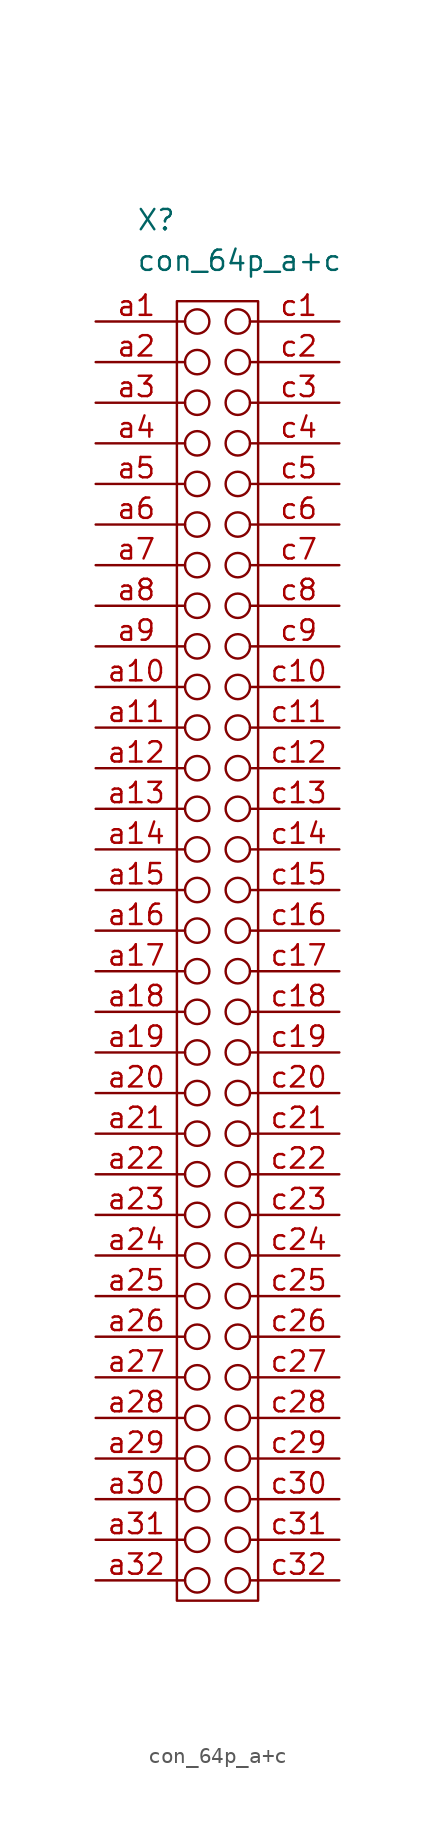
<source format=kicad_sym>
(kicad_symbol_lib
  (version 20241209)
  (generator "kicad_symbol_editor")
  (generator_version "9.0")
  (symbol "con_64p_a+c"
    (property "Reference" "X"
      (at 2.54 6.35 0)
      (effects (font (size 1.27 1.27)) (justify left)))
    (property "Value" "con_64p_a+c"
      (at 2.54 3.81 0)
      (effects (font (size 1.27 1.27)) (justify left)))
    (symbol "con_64p_a+c_0_0"
      (rectangle (start 5.08 1.27) (end 10.16 -80.01) (stroke (width 0) (type default)) (fill (type none)))
      (polyline (pts (xy 5.08 0) (xy 5.588 0)) (stroke (width 0) (type default)) (fill (type none)))
      (polyline (pts (xy 5.08 -2.54) (xy 5.588 -2.54)) (stroke (width 0) (type default)) (fill (type none)))
      (polyline (pts (xy 5.08 -5.08) (xy 5.588 -5.08)) (stroke (width 0) (type default)) (fill (type none)))
      (polyline (pts (xy 5.08 -7.62) (xy 5.588 -7.62)) (stroke (width 0) (type default)) (fill (type none)))
      (polyline (pts (xy 5.08 -10.16) (xy 5.588 -10.16)) (stroke (width 0) (type default)) (fill (type none)))
      (polyline (pts (xy 5.08 -12.7) (xy 5.588 -12.7)) (stroke (width 0) (type default)) (fill (type none)))
      (polyline (pts (xy 5.08 -15.24) (xy 5.588 -15.24)) (stroke (width 0) (type default)) (fill (type none)))
      (polyline (pts (xy 5.08 -17.78) (xy 5.588 -17.78)) (stroke (width 0) (type default)) (fill (type none)))
      (polyline (pts (xy 5.08 -20.32) (xy 5.588 -20.32)) (stroke (width 0) (type default)) (fill (type none)))
      (polyline (pts (xy 5.08 -22.86) (xy 5.588 -22.86)) (stroke (width 0) (type default)) (fill (type none)))
      (polyline (pts (xy 5.08 -25.4) (xy 5.588 -25.4)) (stroke (width 0) (type default)) (fill (type none)))
      (polyline (pts (xy 5.08 -27.94) (xy 5.588 -27.94)) (stroke (width 0) (type default)) (fill (type none)))
      (polyline (pts (xy 5.08 -30.48) (xy 5.588 -30.48)) (stroke (width 0) (type default)) (fill (type none)))
      (polyline (pts (xy 5.08 -33.02) (xy 5.588 -33.02)) (stroke (width 0) (type default)) (fill (type none)))
      (polyline (pts (xy 5.08 -35.56) (xy 5.588 -35.56)) (stroke (width 0) (type default)) (fill (type none)))
      (polyline (pts (xy 5.08 -38.1) (xy 5.588 -38.1)) (stroke (width 0) (type default)) (fill (type none)))
      (polyline (pts (xy 5.08 -40.64) (xy 5.588 -40.64)) (stroke (width 0) (type default)) (fill (type none)))
      (polyline (pts (xy 5.08 -43.18) (xy 5.588 -43.18)) (stroke (width 0) (type default)) (fill (type none)))
      (polyline (pts (xy 5.08 -45.72) (xy 5.588 -45.72)) (stroke (width 0) (type default)) (fill (type none)))
      (polyline (pts (xy 5.08 -48.26) (xy 5.588 -48.26)) (stroke (width 0) (type default)) (fill (type none)))
      (polyline (pts (xy 5.08 -50.8) (xy 5.588 -50.8)) (stroke (width 0) (type default)) (fill (type none)))
      (polyline (pts (xy 5.08 -53.34) (xy 5.588 -53.34)) (stroke (width 0) (type default)) (fill (type none)))
      (polyline (pts (xy 5.08 -55.88) (xy 5.588 -55.88)) (stroke (width 0) (type default)) (fill (type none)))
      (polyline (pts (xy 5.08 -58.42) (xy 5.588 -58.42)) (stroke (width 0) (type default)) (fill (type none)))
      (polyline (pts (xy 5.08 -60.96) (xy 5.588 -60.96)) (stroke (width 0) (type default)) (fill (type none)))
      (polyline (pts (xy 5.08 -63.5) (xy 5.588 -63.5)) (stroke (width 0) (type default)) (fill (type none)))
      (polyline (pts (xy 5.08 -66.04) (xy 5.588 -66.04)) (stroke (width 0) (type default)) (fill (type none)))
      (polyline (pts (xy 5.08 -68.58) (xy 5.588 -68.58)) (stroke (width 0) (type default)) (fill (type none)))
      (polyline (pts (xy 5.08 -71.12) (xy 5.588 -71.12)) (stroke (width 0) (type default)) (fill (type none)))
      (polyline (pts (xy 5.08 -73.66) (xy 5.588 -73.66)) (stroke (width 0) (type default)) (fill (type none)))
      (polyline (pts (xy 5.08 -76.2) (xy 5.588 -76.2)) (stroke (width 0) (type default)) (fill (type none)))
      (polyline (pts (xy 5.08 -78.74) (xy 5.588 -78.74)) (stroke (width 0) (type default)) (fill (type none)))
      (circle (center 6.35 0) (radius 0.762) (stroke (width 0) (type default)) (fill (type none)))
      (circle (center 6.35 -2.54) (radius 0.762) (stroke (width 0) (type default)) (fill (type none)))
      (circle (center 6.35 -5.08) (radius 0.762) (stroke (width 0) (type default)) (fill (type none)))
      (circle (center 6.35 -7.62) (radius 0.762) (stroke (width 0) (type default)) (fill (type none)))
      (circle (center 6.35 -10.16) (radius 0.762) (stroke (width 0) (type default)) (fill (type none)))
      (circle (center 6.35 -12.7) (radius 0.762) (stroke (width 0) (type default)) (fill (type none)))
      (circle (center 6.35 -15.24) (radius 0.762) (stroke (width 0) (type default)) (fill (type none)))
      (circle (center 6.35 -17.78) (radius 0.762) (stroke (width 0) (type default)) (fill (type none)))
      (circle (center 6.35 -20.32) (radius 0.762) (stroke (width 0) (type default)) (fill (type none)))
      (circle (center 6.35 -22.86) (radius 0.762) (stroke (width 0) (type default)) (fill (type none)))
      (circle (center 6.35 -25.4) (radius 0.762) (stroke (width 0) (type default)) (fill (type none)))
      (circle (center 6.35 -27.94) (radius 0.762) (stroke (width 0) (type default)) (fill (type none)))
      (circle (center 6.35 -30.48) (radius 0.762) (stroke (width 0) (type default)) (fill (type none)))
      (circle (center 6.35 -33.02) (radius 0.762) (stroke (width 0) (type default)) (fill (type none)))
      (circle (center 6.35 -35.56) (radius 0.762) (stroke (width 0) (type default)) (fill (type none)))
      (circle (center 6.35 -38.1) (radius 0.762) (stroke (width 0) (type default)) (fill (type none)))
      (circle (center 6.35 -40.64) (radius 0.762) (stroke (width 0) (type default)) (fill (type none)))
      (circle (center 6.35 -43.18) (radius 0.762) (stroke (width 0) (type default)) (fill (type none)))
      (circle (center 6.35 -45.72) (radius 0.762) (stroke (width 0) (type default)) (fill (type none)))
      (circle (center 6.35 -48.26) (radius 0.762) (stroke (width 0) (type default)) (fill (type none)))
      (circle (center 6.35 -50.8) (radius 0.762) (stroke (width 0) (type default)) (fill (type none)))
      (circle (center 6.35 -53.34) (radius 0.762) (stroke (width 0) (type default)) (fill (type none)))
      (circle (center 6.35 -55.88) (radius 0.762) (stroke (width 0) (type default)) (fill (type none)))
      (circle (center 6.35 -58.42) (radius 0.762) (stroke (width 0) (type default)) (fill (type none)))
      (circle (center 6.35 -60.96) (radius 0.762) (stroke (width 0) (type default)) (fill (type none)))
      (circle (center 6.35 -63.5) (radius 0.762) (stroke (width 0) (type default)) (fill (type none)))
      (circle (center 6.35 -66.04) (radius 0.762) (stroke (width 0) (type default)) (fill (type none)))
      (circle (center 6.35 -68.58) (radius 0.762) (stroke (width 0) (type default)) (fill (type none)))
      (circle (center 6.35 -71.12) (radius 0.762) (stroke (width 0) (type default)) (fill (type none)))
      (circle (center 6.35 -73.66) (radius 0.762) (stroke (width 0) (type default)) (fill (type none)))
      (circle (center 6.35 -76.2) (radius 0.762) (stroke (width 0) (type default)) (fill (type none)))
      (circle (center 6.35 -78.74) (radius 0.762) (stroke (width 0) (type default)) (fill (type none)))
      (circle (center 8.89 0) (radius 0.762) (stroke (width 0) (type default)) (fill (type none)))
      (circle (center 8.89 -2.54) (radius 0.762) (stroke (width 0) (type default)) (fill (type none)))
      (circle (center 8.89 -5.08) (radius 0.762) (stroke (width 0) (type default)) (fill (type none)))
      (circle (center 8.89 -7.62) (radius 0.762) (stroke (width 0) (type default)) (fill (type none)))
      (circle (center 8.89 -10.16) (radius 0.762) (stroke (width 0) (type default)) (fill (type none)))
      (circle (center 8.89 -12.7) (radius 0.762) (stroke (width 0) (type default)) (fill (type none)))
      (circle (center 8.89 -15.24) (radius 0.762) (stroke (width 0) (type default)) (fill (type none)))
      (circle (center 8.89 -17.78) (radius 0.762) (stroke (width 0) (type default)) (fill (type none)))
      (circle (center 8.89 -20.32) (radius 0.762) (stroke (width 0) (type default)) (fill (type none)))
      (circle (center 8.89 -22.86) (radius 0.762) (stroke (width 0) (type default)) (fill (type none)))
      (circle (center 8.89 -25.4) (radius 0.762) (stroke (width 0) (type default)) (fill (type none)))
      (circle (center 8.89 -27.94) (radius 0.762) (stroke (width 0) (type default)) (fill (type none)))
      (circle (center 8.89 -30.48) (radius 0.762) (stroke (width 0) (type default)) (fill (type none)))
      (circle (center 8.89 -33.02) (radius 0.762) (stroke (width 0) (type default)) (fill (type none)))
      (circle (center 8.89 -35.56) (radius 0.762) (stroke (width 0) (type default)) (fill (type none)))
      (circle (center 8.89 -38.1) (radius 0.762) (stroke (width 0) (type default)) (fill (type none)))
      (circle (center 8.89 -40.64) (radius 0.762) (stroke (width 0) (type default)) (fill (type none)))
      (circle (center 8.89 -43.18) (radius 0.762) (stroke (width 0) (type default)) (fill (type none)))
      (circle (center 8.89 -45.72) (radius 0.762) (stroke (width 0) (type default)) (fill (type none)))
      (circle (center 8.89 -48.26) (radius 0.762) (stroke (width 0) (type default)) (fill (type none)))
      (circle (center 8.89 -50.8) (radius 0.762) (stroke (width 0) (type default)) (fill (type none)))
      (circle (center 8.89 -53.34) (radius 0.762) (stroke (width 0) (type default)) (fill (type none)))
      (circle (center 8.89 -55.88) (radius 0.762) (stroke (width 0) (type default)) (fill (type none)))
      (circle (center 8.89 -58.42) (radius 0.762) (stroke (width 0) (type default)) (fill (type none)))
      (circle (center 8.89 -60.96) (radius 0.762) (stroke (width 0) (type default)) (fill (type none)))
      (circle (center 8.89 -63.5) (radius 0.762) (stroke (width 0) (type default)) (fill (type none)))
      (circle (center 8.89 -66.04) (radius 0.762) (stroke (width 0) (type default)) (fill (type none)))
      (circle (center 8.89 -68.58) (radius 0.762) (stroke (width 0) (type default)) (fill (type none)))
      (circle (center 8.89 -71.12) (radius 0.762) (stroke (width 0) (type default)) (fill (type none)))
      (circle (center 8.89 -73.66) (radius 0.762) (stroke (width 0) (type default)) (fill (type none)))
      (circle (center 8.89 -76.2) (radius 0.762) (stroke (width 0) (type default)) (fill (type none)))
      (circle (center 8.89 -78.74) (radius 0.762) (stroke (width 0) (type default)) (fill (type none)))
      (polyline (pts (xy 9.652 0) (xy 10.16 0)) (stroke (width 0) (type default)) (fill (type none)))
      (polyline (pts (xy 9.652 -2.54) (xy 10.16 -2.54)) (stroke (width 0) (type default)) (fill (type none)))
      (polyline (pts (xy 9.652 -5.08) (xy 10.16 -5.08)) (stroke (width 0) (type default)) (fill (type none)))
      (polyline (pts (xy 9.652 -7.62) (xy 10.16 -7.62)) (stroke (width 0) (type default)) (fill (type none)))
      (polyline (pts (xy 9.652 -10.16) (xy 10.16 -10.16)) (stroke (width 0) (type default)) (fill (type none)))
      (polyline (pts (xy 9.652 -12.7) (xy 10.16 -12.7)) (stroke (width 0) (type default)) (fill (type none)))
      (polyline (pts (xy 9.652 -15.24) (xy 10.16 -15.24)) (stroke (width 0) (type default)) (fill (type none)))
      (polyline (pts (xy 9.652 -17.78) (xy 10.16 -17.78)) (stroke (width 0) (type default)) (fill (type none)))
      (polyline (pts (xy 9.652 -20.32) (xy 10.16 -20.32)) (stroke (width 0) (type default)) (fill (type none)))
      (polyline (pts (xy 9.652 -22.86) (xy 10.16 -22.86)) (stroke (width 0) (type default)) (fill (type none)))
      (polyline (pts (xy 9.652 -25.4) (xy 10.16 -25.4)) (stroke (width 0) (type default)) (fill (type none)))
      (polyline (pts (xy 9.652 -27.94) (xy 10.16 -27.94)) (stroke (width 0) (type default)) (fill (type none)))
      (polyline (pts (xy 9.652 -30.48) (xy 10.16 -30.48)) (stroke (width 0) (type default)) (fill (type none)))
      (polyline (pts (xy 9.652 -33.02) (xy 10.16 -33.02)) (stroke (width 0) (type default)) (fill (type none)))
      (polyline (pts (xy 9.652 -35.56) (xy 10.16 -35.56)) (stroke (width 0) (type default)) (fill (type none)))
      (polyline (pts (xy 9.652 -38.1) (xy 10.16 -38.1)) (stroke (width 0) (type default)) (fill (type none)))
      (polyline (pts (xy 9.652 -40.64) (xy 10.16 -40.64)) (stroke (width 0) (type default)) (fill (type none)))
      (polyline (pts (xy 9.652 -43.18) (xy 10.16 -43.18)) (stroke (width 0) (type default)) (fill (type none)))
      (polyline (pts (xy 9.652 -45.72) (xy 10.16 -45.72)) (stroke (width 0) (type default)) (fill (type none)))
      (polyline (pts (xy 9.652 -48.26) (xy 10.16 -48.26)) (stroke (width 0) (type default)) (fill (type none)))
      (polyline (pts (xy 9.652 -50.8) (xy 10.16 -50.8)) (stroke (width 0) (type default)) (fill (type none)))
      (polyline (pts (xy 9.652 -53.34) (xy 10.16 -53.34)) (stroke (width 0) (type default)) (fill (type none)))
      (polyline (pts (xy 9.652 -55.88) (xy 10.16 -55.88)) (stroke (width 0) (type default)) (fill (type none)))
      (polyline (pts (xy 9.652 -58.42) (xy 10.16 -58.42)) (stroke (width 0) (type default)) (fill (type none)))
      (polyline (pts (xy 9.652 -60.96) (xy 10.16 -60.96)) (stroke (width 0) (type default)) (fill (type none)))
      (polyline (pts (xy 9.652 -63.5) (xy 10.16 -63.5)) (stroke (width 0) (type default)) (fill (type none)))
      (polyline (pts (xy 9.652 -66.04) (xy 10.16 -66.04)) (stroke (width 0) (type default)) (fill (type none)))
      (polyline (pts (xy 9.652 -68.58) (xy 10.16 -68.58)) (stroke (width 0) (type default)) (fill (type none)))
      (polyline (pts (xy 9.652 -71.12) (xy 10.16 -71.12)) (stroke (width 0) (type default)) (fill (type none)))
      (polyline (pts (xy 9.652 -73.66) (xy 10.16 -73.66)) (stroke (width 0) (type default)) (fill (type none)))
      (polyline (pts (xy 9.652 -76.2) (xy 10.16 -76.2)) (stroke (width 0) (type default)) (fill (type none)))
      (polyline (pts (xy 9.652 -78.74) (xy 10.16 -78.74)) (stroke (width 0) (type default)) (fill (type none))))
    (symbol "con_64p_a+c_1_1"
      (pin passive line (at 0 0 0) (length 5.08) (name "" (effects (font (size 1.27 1.27)))) (number "a1" (effects (font (size 1.27 1.27)))))
      (pin passive line (at 0 -2.54 0) (length 5.08) (name "" (effects (font (size 1.27 1.27)))) (number "a2" (effects (font (size 1.27 1.27)))))
      (pin passive line (at 0 -5.08 0) (length 5.08) (name "" (effects (font (size 1.27 1.27)))) (number "a3" (effects (font (size 1.27 1.27)))))
      (pin passive line (at 0 -7.62 0) (length 5.08) (name "" (effects (font (size 1.27 1.27)))) (number "a4" (effects (font (size 1.27 1.27)))))
      (pin passive line (at 0 -10.16 0) (length 5.08) (name "" (effects (font (size 1.27 1.27)))) (number "a5" (effects (font (size 1.27 1.27)))))
      (pin passive line (at 0 -12.7 0) (length 5.08) (name "" (effects (font (size 1.27 1.27)))) (number "a6" (effects (font (size 1.27 1.27)))))
      (pin passive line (at 0 -15.24 0) (length 5.08) (name "" (effects (font (size 1.27 1.27)))) (number "a7" (effects (font (size 1.27 1.27)))))
      (pin passive line (at 0 -17.78 0) (length 5.08) (name "" (effects (font (size 1.27 1.27)))) (number "a8" (effects (font (size 1.27 1.27)))))
      (pin passive line (at 0 -20.32 0) (length 5.08) (name "" (effects (font (size 1.27 1.27)))) (number "a9" (effects (font (size 1.27 1.27)))))
      (pin passive line (at 0 -22.86 0) (length 5.08) (name "" (effects (font (size 1.27 1.27)))) (number "a10" (effects (font (size 1.27 1.27)))))
      (pin passive line (at 0 -25.4 0) (length 5.08) (name "" (effects (font (size 1.27 1.27)))) (number "a11" (effects (font (size 1.27 1.27)))))
      (pin passive line (at 0 -27.94 0) (length 5.08) (name "" (effects (font (size 1.27 1.27)))) (number "a12" (effects (font (size 1.27 1.27)))))
      (pin passive line (at 0 -30.48 0) (length 5.08) (name "" (effects (font (size 1.27 1.27)))) (number "a13" (effects (font (size 1.27 1.27)))))
      (pin passive line (at 0 -33.02 0) (length 5.08) (name "" (effects (font (size 1.27 1.27)))) (number "a14" (effects (font (size 1.27 1.27)))))
      (pin passive line (at 0 -35.56 0) (length 5.08) (name "" (effects (font (size 1.27 1.27)))) (number "a15" (effects (font (size 1.27 1.27)))))
      (pin passive line (at 0 -38.1 0) (length 5.08) (name "" (effects (font (size 1.27 1.27)))) (number "a16" (effects (font (size 1.27 1.27)))))
      (pin passive line (at 0 -40.64 0) (length 5.08) (name "" (effects (font (size 1.27 1.27)))) (number "a17" (effects (font (size 1.27 1.27)))))
      (pin passive line (at 0 -43.18 0) (length 5.08) (name "" (effects (font (size 1.27 1.27)))) (number "a18" (effects (font (size 1.27 1.27)))))
      (pin passive line (at 0 -45.72 0) (length 5.08) (name "" (effects (font (size 1.27 1.27)))) (number "a19" (effects (font (size 1.27 1.27)))))
      (pin passive line (at 0 -48.26 0) (length 5.08) (name "" (effects (font (size 1.27 1.27)))) (number "a20" (effects (font (size 1.27 1.27)))))
      (pin passive line (at 0 -50.8 0) (length 5.08) (name "" (effects (font (size 1.27 1.27)))) (number "a21" (effects (font (size 1.27 1.27)))))
      (pin passive line (at 0 -53.34 0) (length 5.08) (name "" (effects (font (size 1.27 1.27)))) (number "a22" (effects (font (size 1.27 1.27)))))
      (pin passive line (at 0 -55.88 0) (length 5.08) (name "" (effects (font (size 1.27 1.27)))) (number "a23" (effects (font (size 1.27 1.27)))))
      (pin passive line (at 0 -58.42 0) (length 5.08) (name "" (effects (font (size 1.27 1.27)))) (number "a24" (effects (font (size 1.27 1.27)))))
      (pin passive line (at 0 -60.96 0) (length 5.08) (name "" (effects (font (size 1.27 1.27)))) (number "a25" (effects (font (size 1.27 1.27)))))
      (pin passive line (at 0 -63.5 0) (length 5.08) (name "" (effects (font (size 1.27 1.27)))) (number "a26" (effects (font (size 1.27 1.27)))))
      (pin passive line (at 0 -66.04 0) (length 5.08) (name "" (effects (font (size 1.27 1.27)))) (number "a27" (effects (font (size 1.27 1.27)))))
      (pin passive line (at 0 -68.58 0) (length 5.08) (name "" (effects (font (size 1.27 1.27)))) (number "a28" (effects (font (size 1.27 1.27)))))
      (pin passive line (at 0 -71.12 0) (length 5.08) (name "" (effects (font (size 1.27 1.27)))) (number "a29" (effects (font (size 1.27 1.27)))))
      (pin passive line (at 0 -73.66 0) (length 5.08) (name "" (effects (font (size 1.27 1.27)))) (number "a30" (effects (font (size 1.27 1.27)))))
      (pin passive line (at 0 -76.2 0) (length 5.08) (name "" (effects (font (size 1.27 1.27)))) (number "a31" (effects (font (size 1.27 1.27)))))
      (pin passive line (at 0 -78.74 0) (length 5.08) (name "" (effects (font (size 1.27 1.27)))) (number "a32" (effects (font (size 1.27 1.27)))))
      (pin passive line (at 15.24 0 180) (length 5.08) (name "" (effects (font (size 1.27 1.27)))) (number "c1" (effects (font (size 1.27 1.27)))))
      (pin passive line (at 15.24 -2.54 180) (length 5.08) (name "" (effects (font (size 1.27 1.27)))) (number "c2" (effects (font (size 1.27 1.27)))))
      (pin passive line (at 15.24 -5.08 180) (length 5.08) (name "" (effects (font (size 1.27 1.27)))) (number "c3" (effects (font (size 1.27 1.27)))))
      (pin passive line (at 15.24 -7.62 180) (length 5.08) (name "" (effects (font (size 1.27 1.27)))) (number "c4" (effects (font (size 1.27 1.27)))))
      (pin passive line (at 15.24 -10.16 180) (length 5.08) (name "" (effects (font (size 1.27 1.27)))) (number "c5" (effects (font (size 1.27 1.27)))))
      (pin passive line (at 15.24 -12.7 180) (length 5.08) (name "" (effects (font (size 1.27 1.27)))) (number "c6" (effects (font (size 1.27 1.27)))))
      (pin passive line (at 15.24 -15.24 180) (length 5.08) (name "" (effects (font (size 1.27 1.27)))) (number "c7" (effects (font (size 1.27 1.27)))))
      (pin passive line (at 15.24 -17.78 180) (length 5.08) (name "" (effects (font (size 1.27 1.27)))) (number "c8" (effects (font (size 1.27 1.27)))))
      (pin passive line (at 15.24 -20.32 180) (length 5.08) (name "" (effects (font (size 1.27 1.27)))) (number "c9" (effects (font (size 1.27 1.27)))))
      (pin passive line (at 15.24 -22.86 180) (length 5.08) (name "" (effects (font (size 1.27 1.27)))) (number "c10" (effects (font (size 1.27 1.27)))))
      (pin passive line (at 15.24 -25.4 180) (length 5.08) (name "" (effects (font (size 1.27 1.27)))) (number "c11" (effects (font (size 1.27 1.27)))))
      (pin passive line (at 15.24 -27.94 180) (length 5.08) (name "" (effects (font (size 1.27 1.27)))) (number "c12" (effects (font (size 1.27 1.27)))))
      (pin passive line (at 15.24 -30.48 180) (length 5.08) (name "" (effects (font (size 1.27 1.27)))) (number "c13" (effects (font (size 1.27 1.27)))))
      (pin passive line (at 15.24 -33.02 180) (length 5.08) (name "" (effects (font (size 1.27 1.27)))) (number "c14" (effects (font (size 1.27 1.27)))))
      (pin passive line (at 15.24 -35.56 180) (length 5.08) (name "" (effects (font (size 1.27 1.27)))) (number "c15" (effects (font (size 1.27 1.27)))))
      (pin passive line (at 15.24 -38.1 180) (length 5.08) (name "" (effects (font (size 1.27 1.27)))) (number "c16" (effects (font (size 1.27 1.27)))))
      (pin passive line (at 15.24 -40.64 180) (length 5.08) (name "" (effects (font (size 1.27 1.27)))) (number "c17" (effects (font (size 1.27 1.27)))))
      (pin passive line (at 15.24 -43.18 180) (length 5.08) (name "" (effects (font (size 1.27 1.27)))) (number "c18" (effects (font (size 1.27 1.27)))))
      (pin passive line (at 15.24 -45.72 180) (length 5.08) (name "" (effects (font (size 1.27 1.27)))) (number "c19" (effects (font (size 1.27 1.27)))))
      (pin passive line (at 15.24 -48.26 180) (length 5.08) (name "" (effects (font (size 1.27 1.27)))) (number "c20" (effects (font (size 1.27 1.27)))))
      (pin passive line (at 15.24 -50.8 180) (length 5.08) (name "" (effects (font (size 1.27 1.27)))) (number "c21" (effects (font (size 1.27 1.27)))))
      (pin passive line (at 15.24 -53.34 180) (length 5.08) (name "" (effects (font (size 1.27 1.27)))) (number "c22" (effects (font (size 1.27 1.27)))))
      (pin passive line (at 15.24 -55.88 180) (length 5.08) (name "" (effects (font (size 1.27 1.27)))) (number "c23" (effects (font (size 1.27 1.27)))))
      (pin passive line (at 15.24 -58.42 180) (length 5.08) (name "" (effects (font (size 1.27 1.27)))) (number "c24" (effects (font (size 1.27 1.27)))))
      (pin passive line (at 15.24 -60.96 180) (length 5.08) (name "" (effects (font (size 1.27 1.27)))) (number "c25" (effects (font (size 1.27 1.27)))))
      (pin passive line (at 15.24 -63.5 180) (length 5.08) (name "" (effects (font (size 1.27 1.27)))) (number "c26" (effects (font (size 1.27 1.27)))))
      (pin passive line (at 15.24 -66.04 180) (length 5.08) (name "" (effects (font (size 1.27 1.27)))) (number "c27" (effects (font (size 1.27 1.27)))))
      (pin passive line (at 15.24 -68.58 180) (length 5.08) (name "" (effects (font (size 1.27 1.27)))) (number "c28" (effects (font (size 1.27 1.27)))))
      (pin passive line (at 15.24 -71.12 180) (length 5.08) (name "" (effects (font (size 1.27 1.27)))) (number "c29" (effects (font (size 1.27 1.27)))))
      (pin passive line (at 15.24 -73.66 180) (length 5.08) (name "" (effects (font (size 1.27 1.27)))) (number "c30" (effects (font (size 1.27 1.27)))))
      (pin passive line (at 15.24 -76.2 180) (length 5.08) (name "" (effects (font (size 1.27 1.27)))) (number "c31" (effects (font (size 1.27 1.27)))))
      (pin passive line (at 15.24 -78.74 180) (length 5.08) (name "" (effects (font (size 1.27 1.27)))) (number "c32" (effects (font (size 1.27 1.27))))))))
</source>
